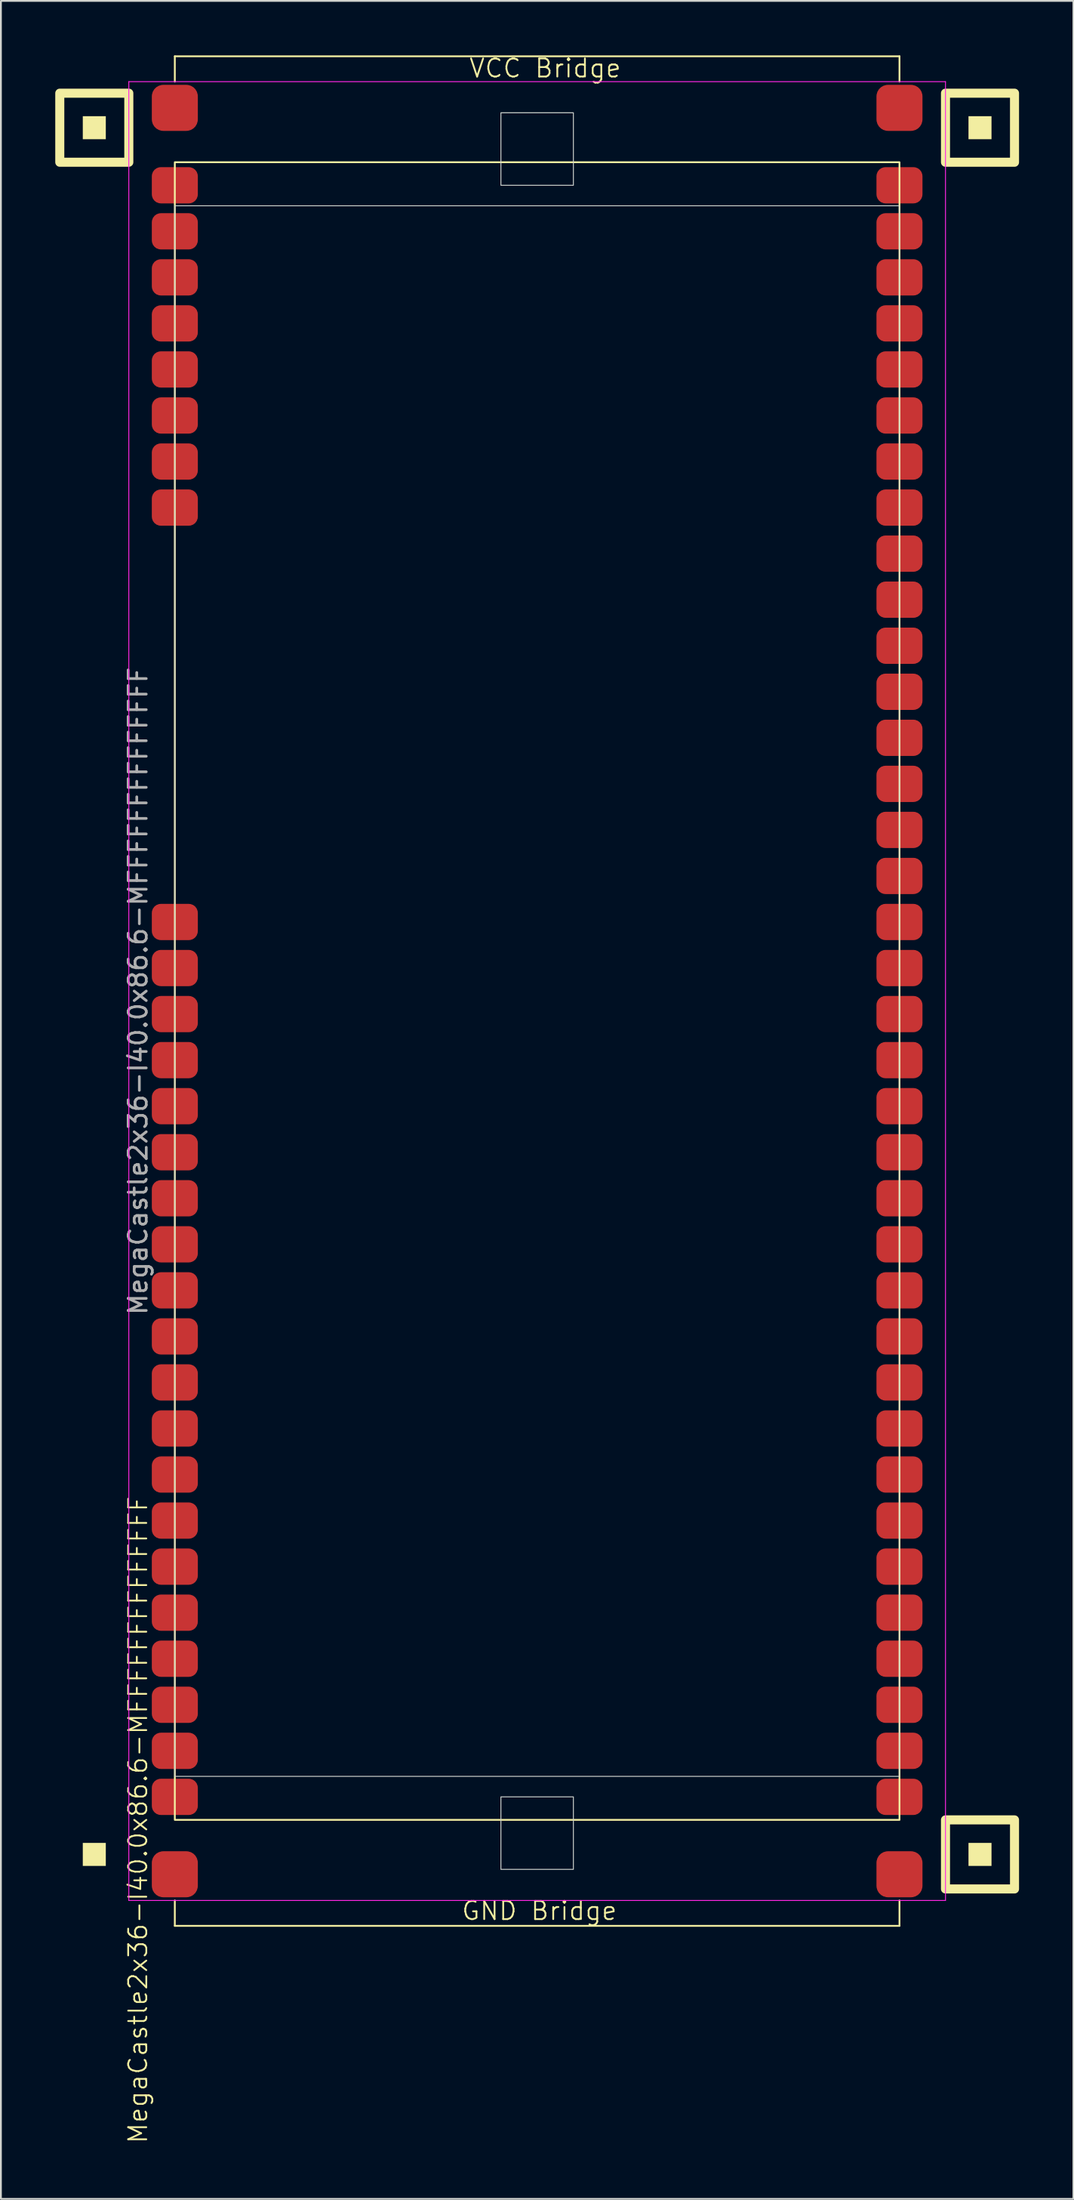
<source format=kicad_pcb>
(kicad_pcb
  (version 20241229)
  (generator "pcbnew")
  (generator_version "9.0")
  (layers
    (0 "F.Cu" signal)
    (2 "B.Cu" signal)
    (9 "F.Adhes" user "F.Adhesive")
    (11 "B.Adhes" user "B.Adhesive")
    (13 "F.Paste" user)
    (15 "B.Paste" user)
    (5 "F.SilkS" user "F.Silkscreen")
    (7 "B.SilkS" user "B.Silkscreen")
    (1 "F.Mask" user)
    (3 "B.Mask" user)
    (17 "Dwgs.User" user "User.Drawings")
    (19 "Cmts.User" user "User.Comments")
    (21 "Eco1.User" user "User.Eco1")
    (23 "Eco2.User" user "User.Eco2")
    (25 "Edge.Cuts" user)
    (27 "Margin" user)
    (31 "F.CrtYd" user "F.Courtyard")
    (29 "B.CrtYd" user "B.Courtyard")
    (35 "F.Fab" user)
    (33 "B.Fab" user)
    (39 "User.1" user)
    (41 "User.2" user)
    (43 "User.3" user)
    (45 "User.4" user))
  (footprint "MegaCastle2x36-I40.0x86.6-MFFFFFFFFFFFFFF"
    (layer "F.Cu")
    (at 26.6 51.62)
    (property "Reference" "MegaCastle2x36-I40.0x86.6-MFFFFFFFFFFFFFF" (at -22.032 45.72 90) (unlocked yes) (layer "F.SilkS") (effects (font (size 1 1) (thickness 0.1))))
    (attr smd)
    (fp_line (start -20 -51.565) (end 20 -51.565) (stroke (width 0.1) (type default)) (layer "F.SilkS"))
    (fp_line (start -20 -50.165) (end -20 -51.565) (stroke (width 0.1) (type default)) (layer "F.SilkS"))
    (fp_line (start -20 50.165) (end -20 51.565) (stroke (width 0.1) (type default)) (layer "F.SilkS"))
    (fp_line (start -20 51.565) (end 20 51.565) (stroke (width 0.1) (type default)) (layer "F.SilkS"))
    (fp_line (start 20 -50.165) (end 20 -51.565) (stroke (width 0.1) (type default)) (layer "F.SilkS"))
    (fp_line (start 20 50.165) (end 20 51.565) (stroke (width 0.1) (type default)) (layer "F.SilkS"))
    (fp_rect (start -23.81 -46.99) (end -25.08 -48.26) (stroke (width 0) (type solid)) (fill yes) (layer "F.SilkS"))
    (fp_rect (start -23.81 48.26) (end -25.08 46.99) (stroke (width 0) (type solid)) (fill yes) (layer "F.SilkS"))
    (fp_rect (start -22.54 -45.72) (end -26.35 -49.53) (stroke (width 0.5) (type default)) (fill no) (layer "F.SilkS"))
    (fp_rect (start -20 -45.72) (end 20 45.72) (stroke (width 0.1) (type default)) (fill no) (layer "F.SilkS"))
    (fp_rect (start 25.08 -46.99) (end 23.81 -48.26) (stroke (width 0) (type solid)) (fill yes) (layer "F.SilkS"))
    (fp_rect (start 25.08 48.26) (end 23.81 46.99) (stroke (width 0) (type solid)) (fill yes) (layer "F.SilkS"))
    (fp_rect (start 26.35 -45.72) (end 22.54 -49.53) (stroke (width 0.5) (type default)) (fill no) (layer "F.SilkS"))
    (fp_rect (start 26.35 49.53) (end 22.54 45.72) (stroke (width 0.5) (type default)) (fill no) (layer "F.SilkS"))
    (fp_rect (start -20 -43.32) (end 20 43.32) (stroke (width 0.05) (type default)) (fill no) (layer "Edge.Cuts"))
    (fp_rect (start -2 -44.45) (end 2 -48.45) (stroke (width 0.05) (type default)) (fill no) (layer "Edge.Cuts"))
    (fp_rect (start -2 44.45) (end 2 48.45) (stroke (width 0.05) (type default)) (fill no) (layer "Edge.Cuts"))
    (fp_line (start -22.54 -50.165) (end -22.54 50.165) (stroke (width 0.05) (type default)) (layer "F.CrtYd"))
    (fp_line (start -22.54 50.165) (end 22.54 50.165) (stroke (width 0.05) (type default)) (layer "F.CrtYd"))
    (fp_line (start 22.54 -50.165) (end -22.54 -50.165) (stroke (width 0.05) (type default)) (layer "F.CrtYd"))
    (fp_line (start 22.54 -50.165) (end 22.54 50.165) (stroke (width 0.05) (type default)) (layer "F.CrtYd"))
    (fp_text user "VCC Bridge" (at -3.81 -50.32 0) (unlocked yes) (layer "F.SilkS") (effects (font (size 1 1) (thickness 0.1)) (justify left bottom)))
    (fp_text user "GND Bridge" (at -4.226 51.32 0) (unlocked yes) (layer "F.SilkS") (effects (font (size 1 1) (thickness 0.1)) (justify left bottom)))
    (fp_text user "${REFERENCE}" (at -22.032 0 90) (unlocked yes) (layer "F.Fab") (effects (font (size 1 1) (thickness 0.15))))
    (pad "1" smd roundrect (at -20 -44.45) (size 2.54 2) (layers "F.Cu" "F.Mask" "F.Paste") (roundrect_rratio 0.25))
    (pad "2" smd roundrect (at -20 -41.91) (size 2.54 2) (layers "F.Cu" "F.Mask" "F.Paste") (roundrect_rratio 0.25))
    (pad "3" smd roundrect (at -20 -39.37) (size 2.54 2) (layers "F.Cu" "F.Mask" "F.Paste") (roundrect_rratio 0.25))
    (pad "4" smd roundrect (at -20 -36.83) (size 2.54 2) (layers "F.Cu" "F.Mask" "F.Paste") (roundrect_rratio 0.25))
    (pad "5" smd roundrect (at -20 -34.29) (size 2.54 2) (layers "F.Cu" "F.Mask" "F.Paste") (roundrect_rratio 0.25))
    (pad "6" smd roundrect (at -20 -31.75) (size 2.54 2) (layers "F.Cu" "F.Mask" "F.Paste") (roundrect_rratio 0.25))
    (pad "7" smd roundrect (at -20 -29.21) (size 2.54 2) (layers "F.Cu" "F.Mask" "F.Paste") (roundrect_rratio 0.25))
    (pad "8" smd roundrect (at -20 -26.67) (size 2.54 2) (layers "F.Cu" "F.Mask" "F.Paste") (roundrect_rratio 0.25))
    (pad "17" smd roundrect (at -20 -3.81) (size 2.54 2) (layers "F.Cu" "F.Mask" "F.Paste") (roundrect_rratio 0.25))
    (pad "18" smd roundrect (at -20 -1.27) (size 2.54 2) (layers "F.Cu" "F.Mask" "F.Paste") (roundrect_rratio 0.25))
    (pad "19" smd roundrect (at -20 1.27) (size 2.54 2) (layers "F.Cu" "F.Mask" "F.Paste") (roundrect_rratio 0.25))
    (pad "20" smd roundrect (at -20 3.81) (size 2.54 2) (layers "F.Cu" "F.Mask" "F.Paste") (roundrect_rratio 0.25))
    (pad "21" smd roundrect (at -20 6.35) (size 2.54 2) (layers "F.Cu" "F.Mask" "F.Paste") (roundrect_rratio 0.25))
    (pad "22" smd roundrect (at -20 8.89) (size 2.54 2) (layers "F.Cu" "F.Mask" "F.Paste") (roundrect_rratio 0.25))
    (pad "23" smd roundrect (at -20 11.43) (size 2.54 2) (layers "F.Cu" "F.Mask" "F.Paste") (roundrect_rratio 0.25))
    (pad "24" smd roundrect (at -20 13.97) (size 2.54 2) (layers "F.Cu" "F.Mask" "F.Paste") (roundrect_rratio 0.25))
    (pad "25" smd roundrect (at -20 16.51) (size 2.54 2) (layers "F.Cu" "F.Mask" "F.Paste") (roundrect_rratio 0.25))
    (pad "26" smd roundrect (at -20 19.05) (size 2.54 2) (layers "F.Cu" "F.Mask" "F.Paste") (roundrect_rratio 0.25))
    (pad "27" smd roundrect (at -20 21.59) (size 2.54 2) (layers "F.Cu" "F.Mask" "F.Paste") (roundrect_rratio 0.25))
    (pad "28" smd roundrect (at -20 24.13) (size 2.54 2) (layers "F.Cu" "F.Mask" "F.Paste") (roundrect_rratio 0.25))
    (pad "29" smd roundrect (at -20 26.67) (size 2.54 2) (layers "F.Cu" "F.Mask" "F.Paste") (roundrect_rratio 0.25))
    (pad "30" smd roundrect (at -20 29.21) (size 2.54 2) (layers "F.Cu" "F.Mask" "F.Paste") (roundrect_rratio 0.25))
    (pad "31" smd roundrect (at -20 31.75) (size 2.54 2) (layers "F.Cu" "F.Mask" "F.Paste") (roundrect_rratio 0.25))
    (pad "32" smd roundrect (at -20 34.29) (size 2.54 2) (layers "F.Cu" "F.Mask" "F.Paste") (roundrect_rratio 0.25))
    (pad "33" smd roundrect (at -20 36.83) (size 2.54 2) (layers "F.Cu" "F.Mask" "F.Paste") (roundrect_rratio 0.25))
    (pad "34" smd roundrect (at -20 39.37) (size 2.54 2) (layers "F.Cu" "F.Mask" "F.Paste") (roundrect_rratio 0.25))
    (pad "35" smd roundrect (at -20 41.91) (size 2.54 2) (layers "F.Cu" "F.Mask" "F.Paste") (roundrect_rratio 0.25))
    (pad "36" smd roundrect (at -20 44.45) (size 2.54 2) (layers "F.Cu" "F.Mask" "F.Paste") (roundrect_rratio 0.25))
    (pad "37" smd roundrect (at 20 -44.45) (size 2.54 2) (layers "F.Cu" "F.Mask" "F.Paste") (roundrect_rratio 0.25))
    (pad "38" smd roundrect (at 20 -41.91) (size 2.54 2) (layers "F.Cu" "F.Mask" "F.Paste") (roundrect_rratio 0.25))
    (pad "39" smd roundrect (at 20 -39.37) (size 2.54 2) (layers "F.Cu" "F.Mask" "F.Paste") (roundrect_rratio 0.25))
    (pad "40" smd roundrect (at 20 -36.83) (size 2.54 2) (layers "F.Cu" "F.Mask" "F.Paste") (roundrect_rratio 0.25))
    (pad "41" smd roundrect (at 20 -34.29) (size 2.54 2) (layers "F.Cu" "F.Mask" "F.Paste") (roundrect_rratio 0.25))
    (pad "42" smd roundrect (at 20 -31.75) (size 2.54 2) (layers "F.Cu" "F.Mask" "F.Paste") (roundrect_rratio 0.25))
    (pad "43" smd roundrect (at 20 -29.21) (size 2.54 2) (layers "F.Cu" "F.Mask" "F.Paste") (roundrect_rratio 0.25))
    (pad "44" smd roundrect (at 20 -26.67) (size 2.54 2) (layers "F.Cu" "F.Mask" "F.Paste") (roundrect_rratio 0.25))
    (pad "45" smd roundrect (at 20 -24.13) (size 2.54 2) (layers "F.Cu" "F.Mask" "F.Paste") (roundrect_rratio 0.25))
    (pad "46" smd roundrect (at 20 -21.59) (size 2.54 2) (layers "F.Cu" "F.Mask" "F.Paste") (roundrect_rratio 0.25))
    (pad "47" smd roundrect (at 20 -19.05) (size 2.54 2) (layers "F.Cu" "F.Mask" "F.Paste") (roundrect_rratio 0.25))
    (pad "48" smd roundrect (at 20 -16.51) (size 2.54 2) (layers "F.Cu" "F.Mask" "F.Paste") (roundrect_rratio 0.25))
    (pad "49" smd roundrect (at 20 -13.97) (size 2.54 2) (layers "F.Cu" "F.Mask" "F.Paste") (roundrect_rratio 0.25))
    (pad "50" smd roundrect (at 20 -11.43) (size 2.54 2) (layers "F.Cu" "F.Mask" "F.Paste") (roundrect_rratio 0.25))
    (pad "51" smd roundrect (at 20 -8.89) (size 2.54 2) (layers "F.Cu" "F.Mask" "F.Paste") (roundrect_rratio 0.25))
    (pad "52" smd roundrect (at 20 -6.35) (size 2.54 2) (layers "F.Cu" "F.Mask" "F.Paste") (roundrect_rratio 0.25))
    (pad "53" smd roundrect (at 20 -3.81) (size 2.54 2) (layers "F.Cu" "F.Mask" "F.Paste") (roundrect_rratio 0.25))
    (pad "54" smd roundrect (at 20 -1.27) (size 2.54 2) (layers "F.Cu" "F.Mask" "F.Paste") (roundrect_rratio 0.25))
    (pad "55" smd roundrect (at 20 1.27) (size 2.54 2) (layers "F.Cu" "F.Mask" "F.Paste") (roundrect_rratio 0.25))
    (pad "56" smd roundrect (at 20 3.81) (size 2.54 2) (layers "F.Cu" "F.Mask" "F.Paste") (roundrect_rratio 0.25))
    (pad "57" smd roundrect (at 20 6.35) (size 2.54 2) (layers "F.Cu" "F.Mask" "F.Paste") (roundrect_rratio 0.25))
    (pad "58" smd roundrect (at 20 8.89) (size 2.54 2) (layers "F.Cu" "F.Mask" "F.Paste") (roundrect_rratio 0.25))
    (pad "59" smd roundrect (at 20 11.43) (size 2.54 2) (layers "F.Cu" "F.Mask" "F.Paste") (roundrect_rratio 0.25))
    (pad "60" smd roundrect (at 20 13.97) (size 2.54 2) (layers "F.Cu" "F.Mask" "F.Paste") (roundrect_rratio 0.25))
    (pad "61" smd roundrect (at 20 16.51) (size 2.54 2) (layers "F.Cu" "F.Mask" "F.Paste") (roundrect_rratio 0.25))
    (pad "62" smd roundrect (at 20 19.05) (size 2.54 2) (layers "F.Cu" "F.Mask" "F.Paste") (roundrect_rratio 0.25))
    (pad "63" smd roundrect (at 20 21.59) (size 2.54 2) (layers "F.Cu" "F.Mask" "F.Paste") (roundrect_rratio 0.25))
    (pad "64" smd roundrect (at 20 24.13) (size 2.54 2) (layers "F.Cu" "F.Mask" "F.Paste") (roundrect_rratio 0.25))
    (pad "65" smd roundrect (at 20 26.67) (size 2.54 2) (layers "F.Cu" "F.Mask" "F.Paste") (roundrect_rratio 0.25))
    (pad "66" smd roundrect (at 20 29.21) (size 2.54 2) (layers "F.Cu" "F.Mask" "F.Paste") (roundrect_rratio 0.25))
    (pad "67" smd roundrect (at 20 31.75) (size 2.54 2) (layers "F.Cu" "F.Mask" "F.Paste") (roundrect_rratio 0.25))
    (pad "68" smd roundrect (at 20 34.29) (size 2.54 2) (layers "F.Cu" "F.Mask" "F.Paste") (roundrect_rratio 0.25))
    (pad "69" smd roundrect (at 20 36.83) (size 2.54 2) (layers "F.Cu" "F.Mask" "F.Paste") (roundrect_rratio 0.25))
    (pad "70" smd roundrect (at 20 39.37) (size 2.54 2) (layers "F.Cu" "F.Mask" "F.Paste") (roundrect_rratio 0.25))
    (pad "71" smd roundrect (at 20 41.91) (size 2.54 2) (layers "F.Cu" "F.Mask" "F.Paste") (roundrect_rratio 0.25))
    (pad "72" smd roundrect (at 20 44.45) (size 2.54 2) (layers "F.Cu" "F.Mask" "F.Paste") (roundrect_rratio 0.25))
    (pad "A1" smd roundrect (at -20 -48.72) (size 2.54 2.54) (layers "F.Cu" "F.Mask" "F.Paste") (roundrect_rratio 0.25))
    (pad "A2" smd roundrect (at 20 -48.72) (size 2.54 2.54) (layers "F.Cu" "F.Mask" "F.Paste") (roundrect_rratio 0.25))
    (pad "B1" smd roundrect (at -20 48.72) (size 2.54 2.54) (layers "F.Cu" "F.Mask" "F.Paste") (roundrect_rratio 0.25))
    (pad "B2" smd roundrect (at 20 48.72) (size 2.54 2.54) (layers "F.Cu" "F.Mask" "F.Paste") (roundrect_rratio 0.25)))
  (gr_rect
    (start -3 -3)
    (end 56.2 118.247)
    (stroke (width 0.1) (type default))
    (fill no)
    (layer "Edge.Cuts")))
</source>
